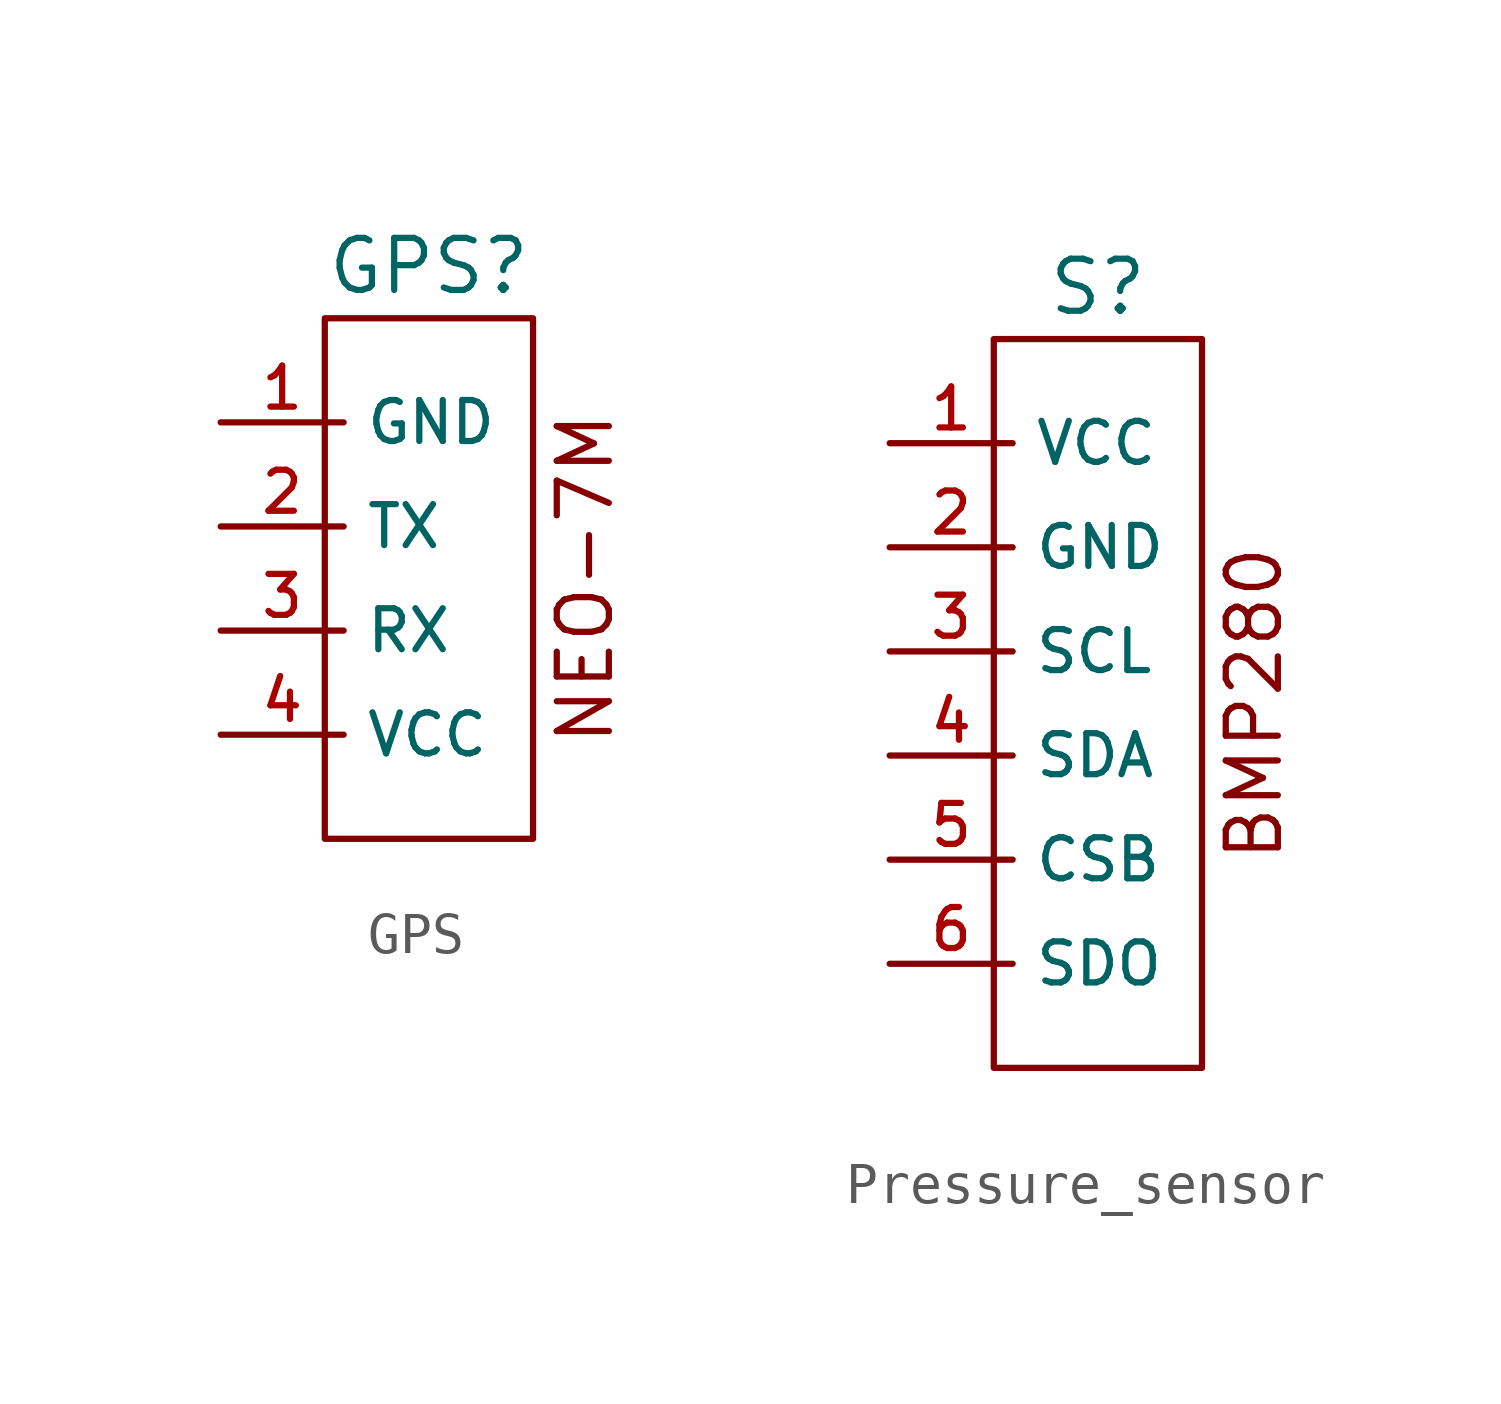
<source format=kicad_sym>
(kicad_symbol_lib
  (version 20220914)
  (generator kicad_symbol_editor)
  (symbol "GPS"
    (property "Reference" "GPS"
      (at 0 0 0)
      (effects (font (size 1.27 1.27))))
    (property "Value" ""
      (at 0 0 0)
      (effects (font (size 1.27 1.27))))
    (symbol "GPS_0_1"
      (rectangle (start -2.54 -1.27) (end 2.54 -13.97) (stroke (width 0) (type default)) (fill (type none)))
      (text "NEO-7M" (at 3.81 -7.62 900) (effects (font (size 1.27 1.27)))))
    (symbol "GPS_1_1"
      (pin power_out line (at -5.08 -3.81 0) (length 3) (name "GND" (effects (font (size 1 1)))) (number "1" (effects (font (size 1 1)))))
      (pin bidirectional line (at -5.08 -6.35 0) (length 3) (name "TX" (effects (font (size 1 1)))) (number "2" (effects (font (size 1 1)))))
      (pin bidirectional line (at -5.08 -8.89 0) (length 3) (name "RX" (effects (font (size 1 1)))) (number "3" (effects (font (size 1 1)))))
      (pin power_in line (at -5.08 -11.43 0) (length 3) (name "VCC" (effects (font (size 1 1)))) (number "4" (effects (font (size 1 1)))))))
  (symbol "Pressure_sensor"
    (property "Reference" "S"
      (at 0 0 0)
      (effects (font (size 1.27 1.27))))
    (property "Value" ""
      (at 0 0 0)
      (effects (font (size 1.27 1.27))))
    (symbol "Pressure_sensor_0_1"
      (rectangle (start -2.54 -1.27) (end 2.54 -19.05) (stroke (width 0) (type default)) (fill (type none)))
      (text "BMP280" (at 3.81 -10.16 900) (effects (font (size 1.27 1.27)))))
    (symbol "Pressure_sensor_1_1"
      (pin bidirectional line (at -5.08 -3.81 0) (length 3) (name "VCC" (effects (font (size 1 1)))) (number "1" (effects (font (size 1 1)))))
      (pin power_out line (at -5.08 -6.35 0) (length 3) (name "GND" (effects (font (size 1 1)))) (number "2" (effects (font (size 1 1)))))
      (pin input line (at -5.08 -8.89 0) (length 3) (name "SCL" (effects (font (size 1 1)))) (number "3" (effects (font (size 1 1)))))
      (pin bidirectional line (at -5.08 -11.43 0) (length 3) (name "SDA" (effects (font (size 1 1)))) (number "4" (effects (font (size 1 1)))))
      (pin bidirectional line (at -5.08 -13.97 0) (length 3) (name "CSB" (effects (font (size 1 1)))) (number "5" (effects (font (size 1 1)))))
      (pin bidirectional line (at -5.08 -16.51 0) (length 3) (name "SDO" (effects (font (size 1 1)))) (number "6" (effects (font (size 1 1))))))))
</source>
